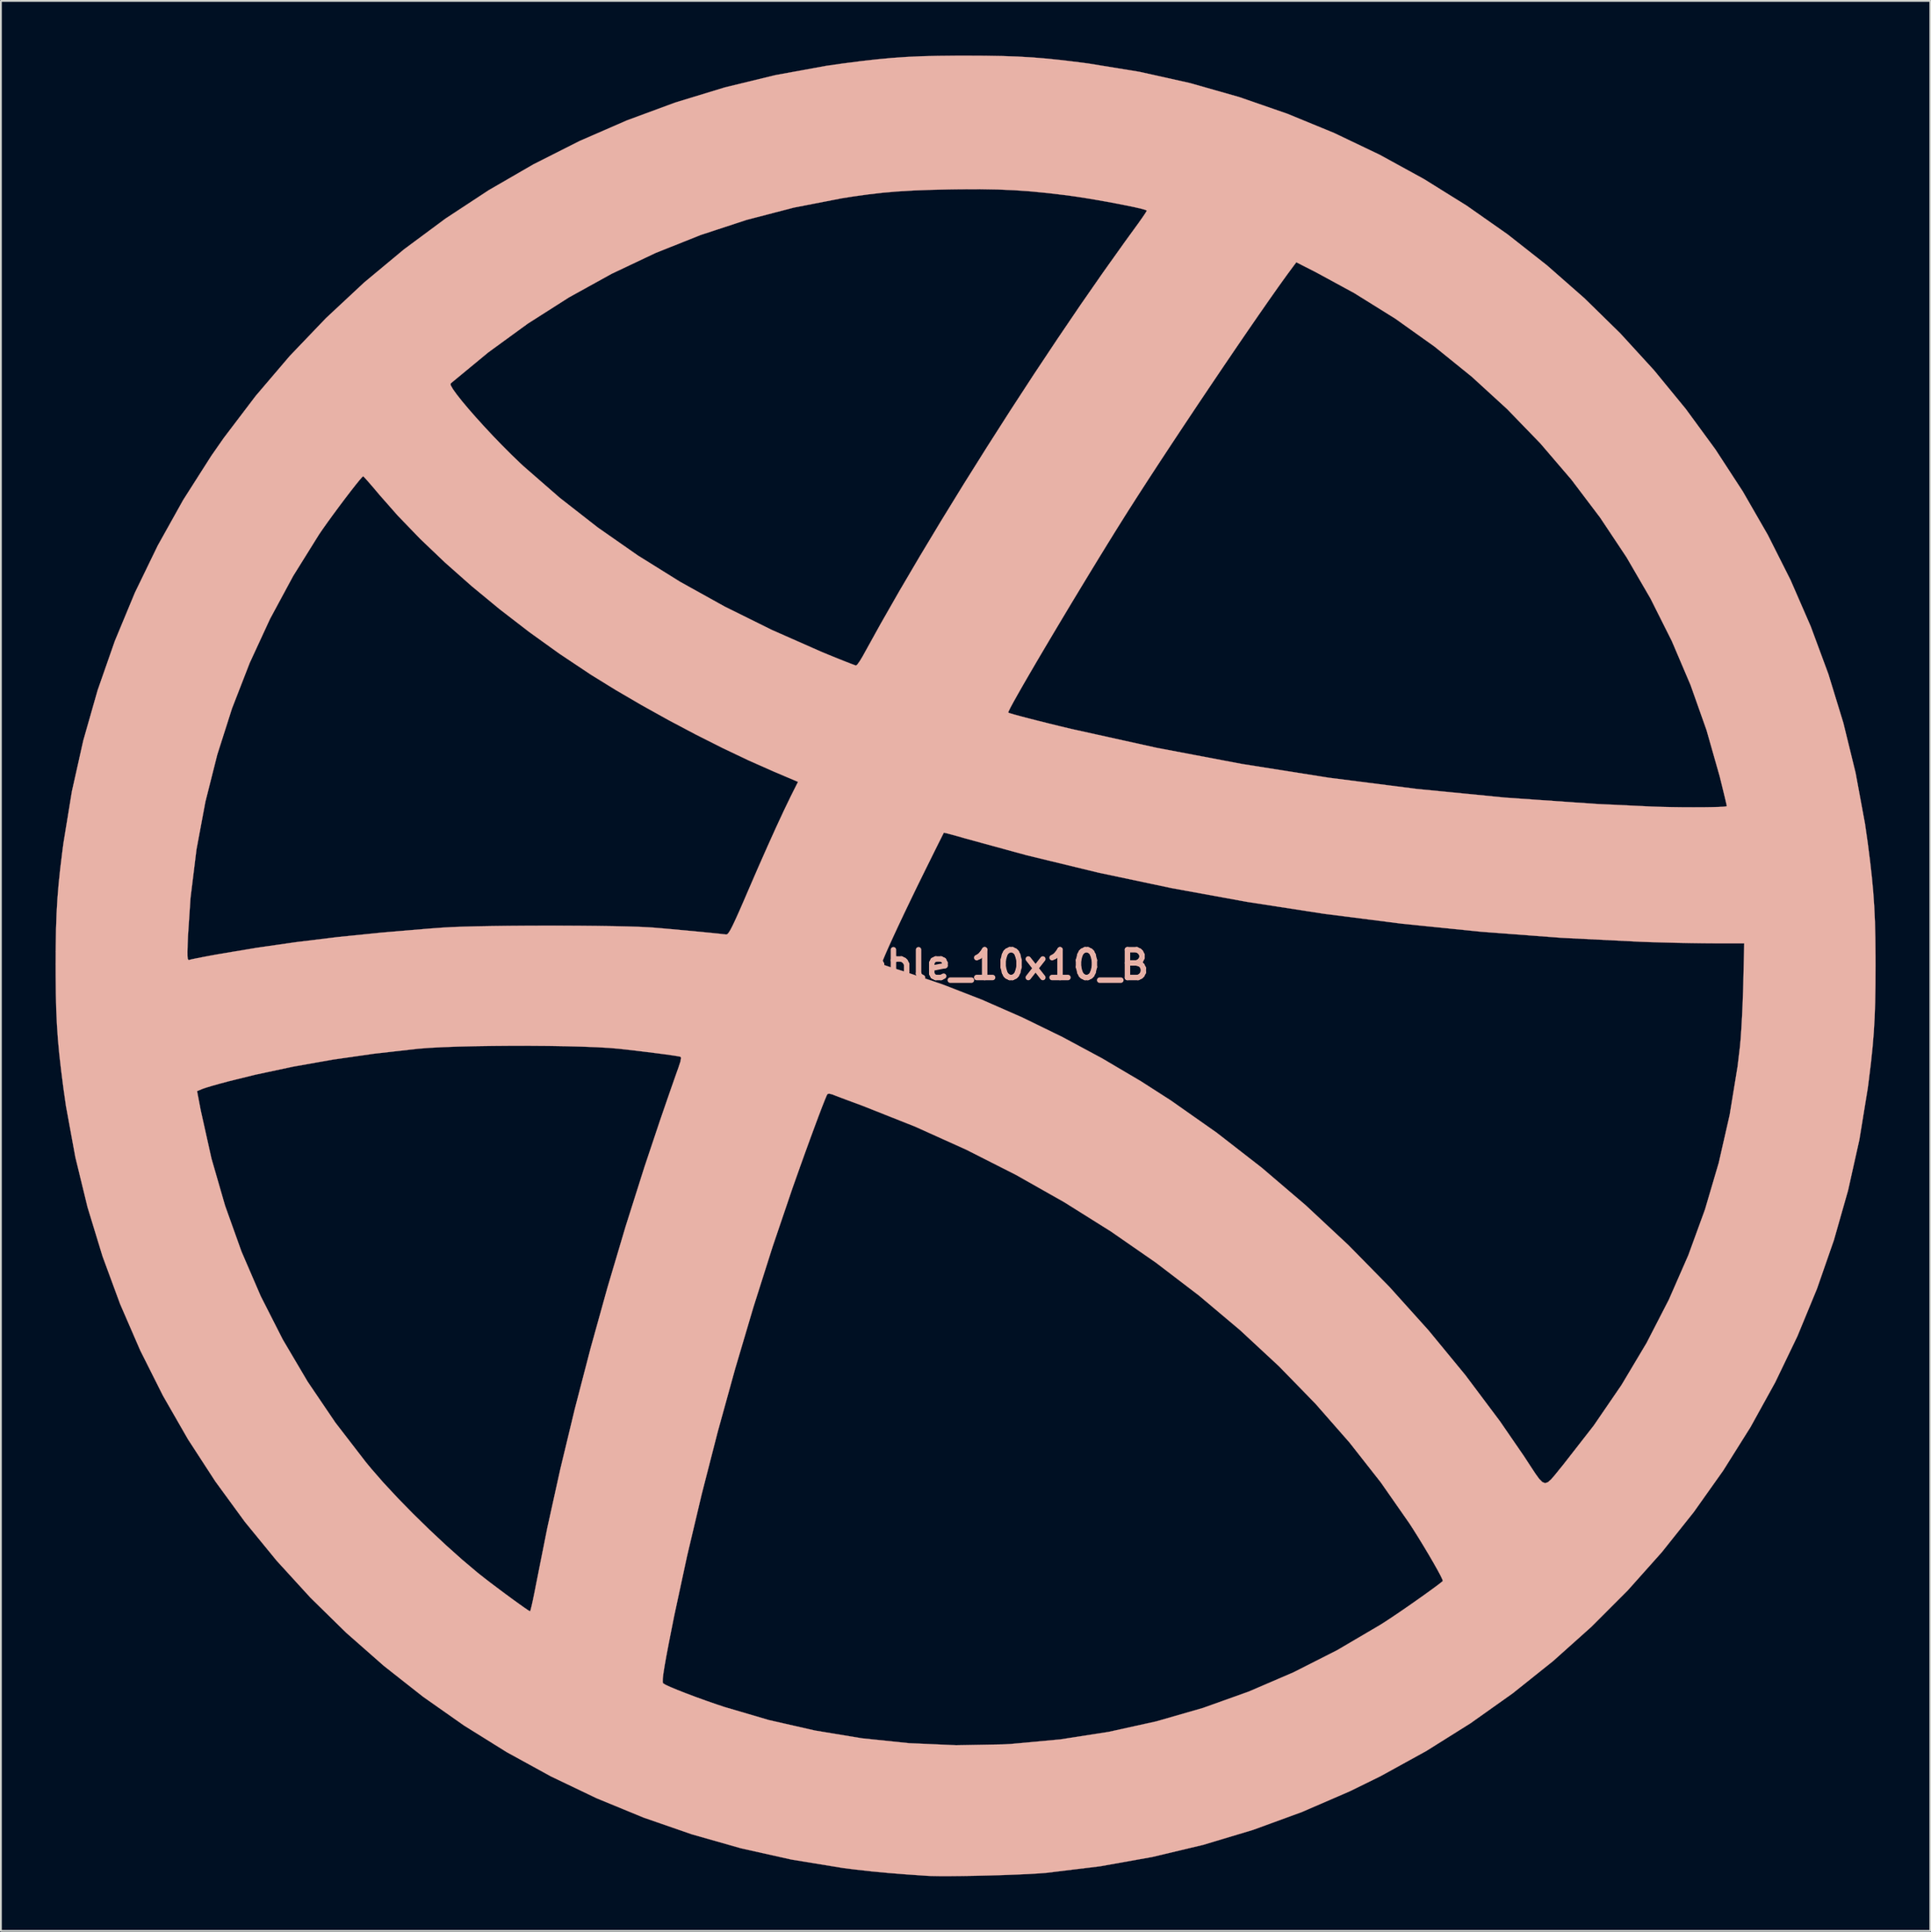
<source format=kicad_pcb>
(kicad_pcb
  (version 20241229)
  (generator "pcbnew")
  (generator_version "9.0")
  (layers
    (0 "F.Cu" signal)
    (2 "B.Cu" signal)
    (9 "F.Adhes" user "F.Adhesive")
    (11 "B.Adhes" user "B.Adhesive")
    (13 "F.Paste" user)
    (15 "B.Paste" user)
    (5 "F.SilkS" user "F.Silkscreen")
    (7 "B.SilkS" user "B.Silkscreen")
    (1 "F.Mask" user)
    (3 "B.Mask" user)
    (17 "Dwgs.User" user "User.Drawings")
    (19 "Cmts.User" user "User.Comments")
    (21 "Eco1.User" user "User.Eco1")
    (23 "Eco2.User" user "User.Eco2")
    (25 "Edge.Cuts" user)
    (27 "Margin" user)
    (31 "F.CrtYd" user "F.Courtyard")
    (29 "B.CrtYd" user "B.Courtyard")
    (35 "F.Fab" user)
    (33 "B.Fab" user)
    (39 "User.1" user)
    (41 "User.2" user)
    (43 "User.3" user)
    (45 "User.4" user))
  (footprint "dribbble_10x10_B"
    (layer "F.Cu")
    (at 49.91 49.91)
    (property "Reference" "dribbble_10x10_B" (at 0 0 0) (layer "B.SilkS") (effects (font (size 1.524 1.524) (thickness 0.3))))
    (attr through_hole)
    (fp_poly (pts (xy 1.11 -49.9) (xy 2.05 -49.884) (xy 2.904 -49.854) (xy 3.714 -49.807) (xy 4.522 -49.741) (xy 5.368 -49.653) (xy 6.295 -49.54) (xy 6.766 -49.478) (xy 9.585 -49.019) (xy 12.35 -48.403) (xy 15.057 -47.634) (xy 17.7 -46.718) (xy 20.274 -45.66) (xy 22.776 -44.464) (xy 25.199 -43.135) (xy 27.54 -41.678) (xy 29.793 -40.098) (xy 31.953 -38.399) (xy 34.016 -36.587) (xy 35.977 -34.666) (xy 37.83 -32.641) (xy 39.572 -30.518) (xy 41.197 -28.3) (xy 42.7 -25.993) (xy 44.077 -23.601) (xy 45.322 -21.13) (xy 46.431 -18.584) (xy 47.4 -15.968) (xy 48.222 -13.287) (xy 48.894 -10.546) (xy 49.411 -7.749) (xy 49.563 -6.689) (xy 49.688 -5.706) (xy 49.787 -4.825) (xy 49.863 -4.004) (xy 49.919 -3.201) (xy 49.957 -2.375) (xy 49.979 -1.483) (xy 49.989 -0.484) (xy 49.99 0.042) (xy 49.985 1.11) (xy 49.969 2.05) (xy 49.939 2.904) (xy 49.892 3.714) (xy 49.825 4.522) (xy 49.737 5.368) (xy 49.624 6.295) (xy 49.563 6.766) (xy 49.102 9.595) (xy 48.481 12.376) (xy 47.704 15.105) (xy 46.775 17.774) (xy 45.7 20.378) (xy 44.481 22.912) (xy 43.123 25.37) (xy 41.63 27.747) (xy 40.007 30.036) (xy 38.257 32.232) (xy 36.385 34.33) (xy 34.394 36.323) (xy 32.29 38.206) (xy 30.076 39.974) (xy 27.756 41.62) (xy 25.334 43.139) (xy 22.815 44.526) (xy 21.134 45.351) (xy 18.504 46.49) (xy 15.822 47.47) (xy 13.083 48.293) (xy 10.283 48.959) (xy 7.419 49.47) (xy 4.487 49.827) (xy 4.467 49.829) (xy 4.032 49.862) (xy 3.473 49.894) (xy 2.821 49.923) (xy 2.104 49.95) (xy 1.354 49.972) (xy 0.599 49.99) (xy -0.129 50.002) (xy -0.801 50.009) (xy -1.387 50.009) (xy -1.856 50.001) (xy -2.117 49.989) (xy -3.239 49.911) (xy -4.231 49.832) (xy -5.131 49.747) (xy -5.976 49.653) (xy -6.681 49.564) (xy -9.506 49.102) (xy -12.277 48.484) (xy -14.988 47.713) (xy -17.634 46.796) (xy -20.212 45.735) (xy -22.716 44.537) (xy -25.142 43.206) (xy -27.484 41.747) (xy -29.737 40.164) (xy -30.767 39.354) (xy -16.583 39.354) (xy -16.562 39.425) (xy -16.434 39.504) (xy -16.169 39.627) (xy -15.792 39.784) (xy -15.325 39.968) (xy -14.794 40.168) (xy -14.222 40.375) (xy -13.633 40.58) (xy -13.215 40.72) (xy -10.752 41.444) (xy -8.225 42.019) (xy -5.656 42.444) (xy -3.066 42.713) (xy -0.476 42.826) (xy 2.093 42.78) (xy 2.54 42.755) (xy 5.237 42.506) (xy 7.894 42.093) (xy 10.507 41.517) (xy 13.071 40.779) (xy 15.583 39.881) (xy 18.04 38.824) (xy 20.437 37.609) (xy 22.771 36.238) (xy 23.054 36.059) (xy 23.42 35.819) (xy 23.851 35.528) (xy 24.32 35.206) (xy 24.796 34.873) (xy 25.252 34.55) (xy 25.659 34.256) (xy 25.988 34.012) (xy 26.21 33.838) (xy 26.237 33.815) (xy 26.215 33.729) (xy 26.116 33.522) (xy 25.952 33.216) (xy 25.737 32.833) (xy 25.483 32.396) (xy 25.203 31.927) (xy 24.91 31.447) (xy 24.617 30.98) (xy 24.407 30.655) (xy 22.836 28.403) (xy 21.113 26.209) (xy 19.245 24.08) (xy 17.241 22.023) (xy 15.108 20.043) (xy 12.855 18.146) (xy 10.49 16.34) (xy 8.022 14.629) (xy 5.457 13.021) (xy 2.805 11.521) (xy 0.073 10.137) (xy -2.73 8.873) (xy -5.596 7.736) (xy -5.673 7.707) (xy -6.142 7.534) (xy -6.569 7.375) (xy -6.922 7.242) (xy -7.17 7.147) (xy -7.273 7.106) (xy -7.447 7.064) (xy -7.541 7.087) (xy -7.594 7.192) (xy -7.697 7.44) (xy -7.845 7.816) (xy -8.03 8.302) (xy -8.246 8.882) (xy -8.489 9.541) (xy -8.751 10.261) (xy -9.026 11.026) (xy -9.308 11.82) (xy -9.455 12.234) (xy -10.55 15.459) (xy -11.607 18.789) (xy -12.614 22.188) (xy -13.563 25.618) (xy -14.442 29.042) (xy -15.243 32.425) (xy -15.954 35.727) (xy -16.255 37.246) (xy -16.387 37.944) (xy -16.484 38.491) (xy -16.548 38.899) (xy -16.58 39.182) (xy -16.583 39.354) (xy -30.767 39.354) (xy -31.898 38.463) (xy -33.961 36.648) (xy -35.921 34.725) (xy -37.774 32.697) (xy -39.515 30.57) (xy -41.138 28.348) (xy -42.64 26.036) (xy -44.015 23.64) (xy -45.259 21.163) (xy -46.366 18.611) (xy -47.332 15.989) (xy -48.153 13.301) (xy -48.823 10.551) (xy -49.338 7.746) (xy -49.455 6.925) (xy -42.143 6.925) (xy -41.944 7.971) (xy -41.353 10.624) (xy -40.606 13.21) (xy -39.705 15.729) (xy -38.648 18.18) (xy -37.437 20.562) (xy -36.071 22.875) (xy -34.551 25.118) (xy -32.877 27.29) (xy -32.584 27.644) (xy -31.916 28.41) (xy -31.141 29.244) (xy -30.29 30.114) (xy -29.395 30.989) (xy -28.487 31.84) (xy -27.598 32.635) (xy -26.758 33.344) (xy -26.666 33.418) (xy -26.383 33.641) (xy -26.037 33.908) (xy -25.652 34.198) (xy -25.253 34.496) (xy -24.862 34.784) (xy -24.505 35.042) (xy -24.205 35.255) (xy -23.987 35.405) (xy -23.874 35.472) (xy -23.866 35.475) (xy -23.834 35.396) (xy -23.779 35.177) (xy -23.705 34.845) (xy -23.619 34.426) (xy -23.539 34.015) (xy -22.918 30.899) (xy -22.206 27.678) (xy -21.412 24.382) (xy -20.544 21.044) (xy -19.612 17.694) (xy -18.623 14.364) (xy -17.585 11.086) (xy -16.734 8.544) (xy -16.518 7.917) (xy -16.309 7.311) (xy -16.116 6.756) (xy -15.948 6.277) (xy -15.816 5.902) (xy -15.728 5.659) (xy -15.724 5.646) (xy -15.611 5.303) (xy -15.576 5.103) (xy -15.608 5.038) (xy -15.754 5.009) (xy -16.04 4.964) (xy -16.44 4.908) (xy -16.926 4.844) (xy -17.471 4.776) (xy -18.047 4.706) (xy -18.627 4.639) (xy -19.008 4.597) (xy -19.543 4.552) (xy -20.221 4.514) (xy -21.019 4.484) (xy -21.909 4.461) (xy -22.868 4.445) (xy -23.869 4.438) (xy -24.888 4.437) (xy -25.899 4.445) (xy -26.876 4.459) (xy -27.796 4.481) (xy -28.631 4.511) (xy -29.357 4.548) (xy -29.95 4.593) (xy -30.014 4.599) (xy -32.425 4.871) (xy -34.701 5.197) (xy -36.87 5.581) (xy -38.96 6.027) (xy -40.456 6.397) (xy -40.896 6.515) (xy -41.301 6.629) (xy -41.629 6.728) (xy -41.84 6.799) (xy -41.864 6.809) (xy -42.143 6.925) (xy -49.455 6.925) (xy -49.478 6.766) (xy -49.603 5.787) (xy -49.703 4.908) (xy -49.779 4.088) (xy -49.834 3.284) (xy -49.872 2.456) (xy -49.894 1.561) (xy -49.904 0.557) (xy -49.905 0.042) (xy -49.905 -0.046) (xy -4.561 -0.046) (xy -4.47 -0.008) (xy -4.248 0.068) (xy -3.924 0.174) (xy -3.528 0.298) (xy -3.383 0.343) (xy -1.252 1.058) (xy 0.934 1.907) (xy 3.146 2.878) (xy 5.357 3.956) (xy 7.539 5.129) (xy 9.665 6.383) (xy 11.303 7.434) (xy 13.823 9.205) (xy 16.297 11.128) (xy 18.711 13.189) (xy 21.05 15.372) (xy 23.301 17.664) (xy 25.448 20.049) (xy 27.477 22.514) (xy 29.373 25.043) (xy 30.68 26.943) (xy 31.038 27.491) (xy 31.313 27.91) (xy 31.526 28.205) (xy 31.699 28.38) (xy 31.851 28.441) (xy 32.005 28.391) (xy 32.181 28.236) (xy 32.401 27.98) (xy 32.684 27.629) (xy 32.845 27.432) (xy 34.52 25.283) (xy 36.046 23.054) (xy 37.421 20.749) (xy 38.644 18.373) (xy 39.714 15.93) (xy 40.628 13.424) (xy 41.384 10.858) (xy 41.982 8.236) (xy 42.419 5.564) (xy 42.547 4.487) (xy 42.587 4.046) (xy 42.626 3.478) (xy 42.663 2.824) (xy 42.695 2.125) (xy 42.72 1.425) (xy 42.731 1.037) (xy 42.782 -1.185) (xy 41.097 -1.186) (xy 40.518 -1.19) (xy 39.818 -1.2) (xy 39.049 -1.215) (xy 38.258 -1.235) (xy 37.497 -1.258) (xy 37.126 -1.271) (xy 32.725 -1.491) (xy 28.347 -1.822) (xy 24.007 -2.262) (xy 19.721 -2.808) (xy 15.502 -3.46) (xy 11.368 -4.213) (xy 7.331 -5.067) (xy 3.407 -6.018) (xy 0.048 -6.937) (xy -0.371 -7.057) (xy -0.727 -7.155) (xy -0.991 -7.225) (xy -1.135 -7.257) (xy -1.152 -7.258) (xy -1.193 -7.18) (xy -1.299 -6.969) (xy -1.462 -6.645) (xy -1.67 -6.226) (xy -1.915 -5.731) (xy -2.188 -5.18) (xy -2.258 -5.037) (xy -2.644 -4.252) (xy -3.012 -3.49) (xy -3.358 -2.768) (xy -3.673 -2.1) (xy -3.951 -1.5) (xy -4.186 -0.984) (xy -4.369 -0.566) (xy -4.496 -0.262) (xy -4.558 -0.085) (xy -4.561 -0.046) (xy -49.905 -0.046) (xy -49.902 -0.732) (xy -42.671 -0.732) (xy -42.669 -0.487) (xy -42.654 -0.344) (xy -42.625 -0.28) (xy -42.581 -0.272) (xy -42.564 -0.277) (xy -42.439 -0.309) (xy -42.178 -0.364) (xy -41.811 -0.436) (xy -41.369 -0.519) (xy -41.006 -0.585) (xy -38.896 -0.938) (xy -36.704 -1.253) (xy -34.41 -1.532) (xy -31.994 -1.777) (xy -29.437 -1.992) (xy -28.66 -2.049) (xy -28.166 -2.077) (xy -27.532 -2.1) (xy -26.782 -2.12) (xy -25.937 -2.135) (xy -25.021 -2.147) (xy -24.057 -2.154) (xy -23.067 -2.157) (xy -22.074 -2.156) (xy -21.1 -2.151) (xy -20.17 -2.142) (xy -19.305 -2.129) (xy -18.528 -2.112) (xy -17.862 -2.091) (xy -17.331 -2.065) (xy -17.103 -2.049) (xy -16.639 -2.011) (xy -16.096 -1.963) (xy -15.508 -1.909) (xy -14.91 -1.854) (xy -14.336 -1.799) (xy -13.823 -1.748) (xy -13.405 -1.705) (xy -13.117 -1.673) (xy -13.093 -1.67) (xy -13.038 -1.688) (xy -12.968 -1.764) (xy -12.875 -1.911) (xy -12.753 -2.146) (xy -12.594 -2.482) (xy -12.39 -2.934) (xy -12.135 -3.518) (xy -11.9 -4.064) (xy -11.347 -5.34) (xy -10.831 -6.507) (xy -10.358 -7.555) (xy -9.932 -8.471) (xy -9.56 -9.243) (xy -9.445 -9.474) (xy -9.156 -10.048) (xy -10.526 -10.63) (xy -11.865 -11.224) (xy -13.296 -11.905) (xy -14.781 -12.653) (xy -16.281 -13.448) (xy -17.001 -13.848) (xy 2.382 -13.848) (xy 2.479 -13.812) (xy 2.718 -13.742) (xy 3.076 -13.645) (xy 3.529 -13.526) (xy 4.055 -13.392) (xy 4.63 -13.248) (xy 5.232 -13.1) (xy 5.837 -12.955) (xy 5.842 -12.954) (xy 10.508 -11.922) (xy 15.214 -11.03) (xy 19.972 -10.277) (xy 24.792 -9.662) (xy 29.689 -9.182) (xy 34.673 -8.836) (xy 37.719 -8.692) (xy 38.251 -8.675) (xy 38.82 -8.663) (xy 39.403 -8.655) (xy 39.975 -8.653) (xy 40.511 -8.654) (xy 40.987 -8.661) (xy 41.379 -8.671) (xy 41.661 -8.686) (xy 41.809 -8.705) (xy 41.825 -8.714) (xy 41.806 -8.817) (xy 41.751 -9.058) (xy 41.667 -9.408) (xy 41.561 -9.842) (xy 41.44 -10.332) (xy 41.437 -10.344) (xy 40.715 -12.882) (xy 39.837 -15.36) (xy 38.809 -17.773) (xy 37.636 -20.113) (xy 36.322 -22.375) (xy 34.873 -24.552) (xy 33.294 -26.638) (xy 31.59 -28.626) (xy 29.766 -30.51) (xy 27.828 -32.283) (xy 25.78 -33.939) (xy 23.629 -35.471) (xy 21.378 -36.873) (xy 19.278 -38.015) (xy 18.196 -38.566) (xy 18.009 -38.317) (xy 17.651 -37.832) (xy 17.212 -37.22) (xy 16.703 -36.497) (xy 16.134 -35.679) (xy 15.515 -34.782) (xy 14.859 -33.822) (xy 14.174 -32.813) (xy 13.472 -31.773) (xy 12.763 -30.717) (xy 12.059 -29.661) (xy 11.369 -28.62) (xy 10.704 -27.61) (xy 10.076 -26.648) (xy 9.494 -25.748) (xy 8.969 -24.927) (xy 8.78 -24.627) (xy 8.339 -23.924) (xy 7.87 -23.167) (xy 7.379 -22.369) (xy 6.874 -21.542) (xy 6.362 -20.698) (xy 5.85 -19.851) (xy 5.347 -19.012) (xy 4.859 -18.194) (xy 4.393 -17.41) (xy 3.958 -16.672) (xy 3.561 -15.993) (xy 3.209 -15.385) (xy 2.91 -14.86) (xy 2.67 -14.432) (xy 2.498 -14.112) (xy 2.4 -13.913) (xy 2.382 -13.848) (xy -17.001 -13.848) (xy -17.758 -14.27) (xy -19.173 -15.096) (xy -20.488 -15.908) (xy -20.583 -15.97) (xy -22.26 -17.088) (xy -23.914 -18.276) (xy -25.524 -19.517) (xy -27.071 -20.793) (xy -28.534 -22.087) (xy -29.893 -23.383) (xy -31.128 -24.663) (xy -32.113 -25.781) (xy -32.408 -26.131) (xy -32.667 -26.432) (xy -32.869 -26.661) (xy -32.995 -26.796) (xy -33.024 -26.822) (xy -33.091 -26.765) (xy -33.241 -26.592) (xy -33.457 -26.325) (xy -33.723 -25.985) (xy -34.023 -25.593) (xy -34.34 -25.171) (xy -34.658 -24.741) (xy -34.961 -24.324) (xy -35.233 -23.941) (xy -35.451 -23.622) (xy -36.869 -21.346) (xy -38.139 -18.991) (xy -39.258 -16.567) (xy -40.224 -14.081) (xy -41.034 -11.542) (xy -41.686 -8.958) (xy -42.176 -6.336) (xy -42.502 -3.686) (xy -42.64 -1.616) (xy -42.661 -1.1) (xy -42.671 -0.732) (xy -49.902 -0.732) (xy -49.9 -1.025) (xy -49.884 -1.965) (xy -49.854 -2.82) (xy -49.807 -3.63) (xy -49.741 -4.437) (xy -49.653 -5.283) (xy -49.54 -6.21) (xy -49.478 -6.681) (xy -49.015 -9.517) (xy -48.388 -12.318) (xy -47.601 -15.076) (xy -46.655 -17.783) (xy -45.555 -20.431) (xy -44.303 -23.013) (xy -42.904 -25.52) (xy -41.359 -27.945) (xy -40.675 -28.926) (xy -38.922 -31.234) (xy -38.344 -31.912) (xy -28.227 -31.912) (xy -28.218 -31.811) (xy -28.102 -31.607) (xy -27.892 -31.314) (xy -27.602 -30.946) (xy -27.244 -30.519) (xy -26.832 -30.049) (xy -26.379 -29.549) (xy -25.899 -29.035) (xy -25.404 -28.522) (xy -24.908 -28.025) (xy -24.424 -27.559) (xy -24.227 -27.375) (xy -22.236 -25.64) (xy -20.144 -24.007) (xy -17.943 -22.471) (xy -15.624 -21.026) (xy -13.178 -19.667) (xy -10.595 -18.388) (xy -7.868 -17.184) (xy -7.451 -17.011) (xy -6.995 -16.826) (xy -6.592 -16.665) (xy -6.269 -16.539) (xy -6.051 -16.458) (xy -5.969 -16.432) (xy -5.892 -16.499) (xy -5.763 -16.681) (xy -5.604 -16.945) (xy -5.552 -17.04) (xy -4.615 -18.732) (xy -3.585 -20.534) (xy -2.475 -22.422) (xy -1.299 -24.376) (xy -0.072 -26.372) (xy 1.194 -28.389) (xy 2.483 -30.406) (xy 3.782 -32.4) (xy 5.078 -34.349) (xy 6.355 -36.232) (xy 7.601 -38.025) (xy 8.801 -39.709) (xy 9.285 -40.375) (xy 9.539 -40.725) (xy 9.752 -41.028) (xy 9.907 -41.257) (xy 9.985 -41.385) (xy 9.991 -41.401) (xy 9.911 -41.441) (xy 9.689 -41.503) (xy 9.347 -41.583) (xy 8.912 -41.674) (xy 8.406 -41.774) (xy 7.855 -41.877) (xy 7.282 -41.979) (xy 6.712 -42.075) (xy 6.169 -42.16) (xy 5.678 -42.23) (xy 5.566 -42.245) (xy 4.562 -42.364) (xy 3.63 -42.455) (xy 2.726 -42.519) (xy 1.808 -42.559) (xy 0.831 -42.576) (xy -0.248 -42.572) (xy -0.889 -42.563) (xy -1.947 -42.538) (xy -2.876 -42.502) (xy -3.718 -42.451) (xy -4.514 -42.382) (xy -5.305 -42.291) (xy -6.131 -42.176) (xy -6.748 -42.079) (xy -9.384 -41.567) (xy -11.971 -40.894) (xy -14.504 -40.062) (xy -16.977 -39.075) (xy -19.385 -37.934) (xy -21.721 -36.643) (xy -23.981 -35.204) (xy -26.159 -33.619) (xy -28.227 -31.912) (xy -38.344 -31.912) (xy -37.051 -33.427) (xy -35.067 -35.5) (xy -32.977 -37.45) (xy -30.787 -39.272) (xy -28.504 -40.964) (xy -26.132 -42.522) (xy -23.679 -43.941) (xy -21.15 -45.219) (xy -18.552 -46.351) (xy -15.89 -47.334) (xy -13.172 -48.163) (xy -10.403 -48.836) (xy -7.588 -49.349) (xy -6.689 -49.477) (xy -5.708 -49.603) (xy -4.828 -49.702) (xy -4.008 -49.778) (xy -3.205 -49.834) (xy -2.378 -49.872) (xy -1.485 -49.894) (xy -0.484 -49.904) (xy 0.042 -49.905) (xy 1.11 -49.9)) (stroke (width 0.01) (type solid)) (fill yes) (layer "B.SilkS")))
  (gr_rect
    (start -3 -3)
    (end 102.905 102.924)
    (stroke (width 0.1) (type default))
    (fill no)
    (layer "Edge.Cuts")))
</source>
